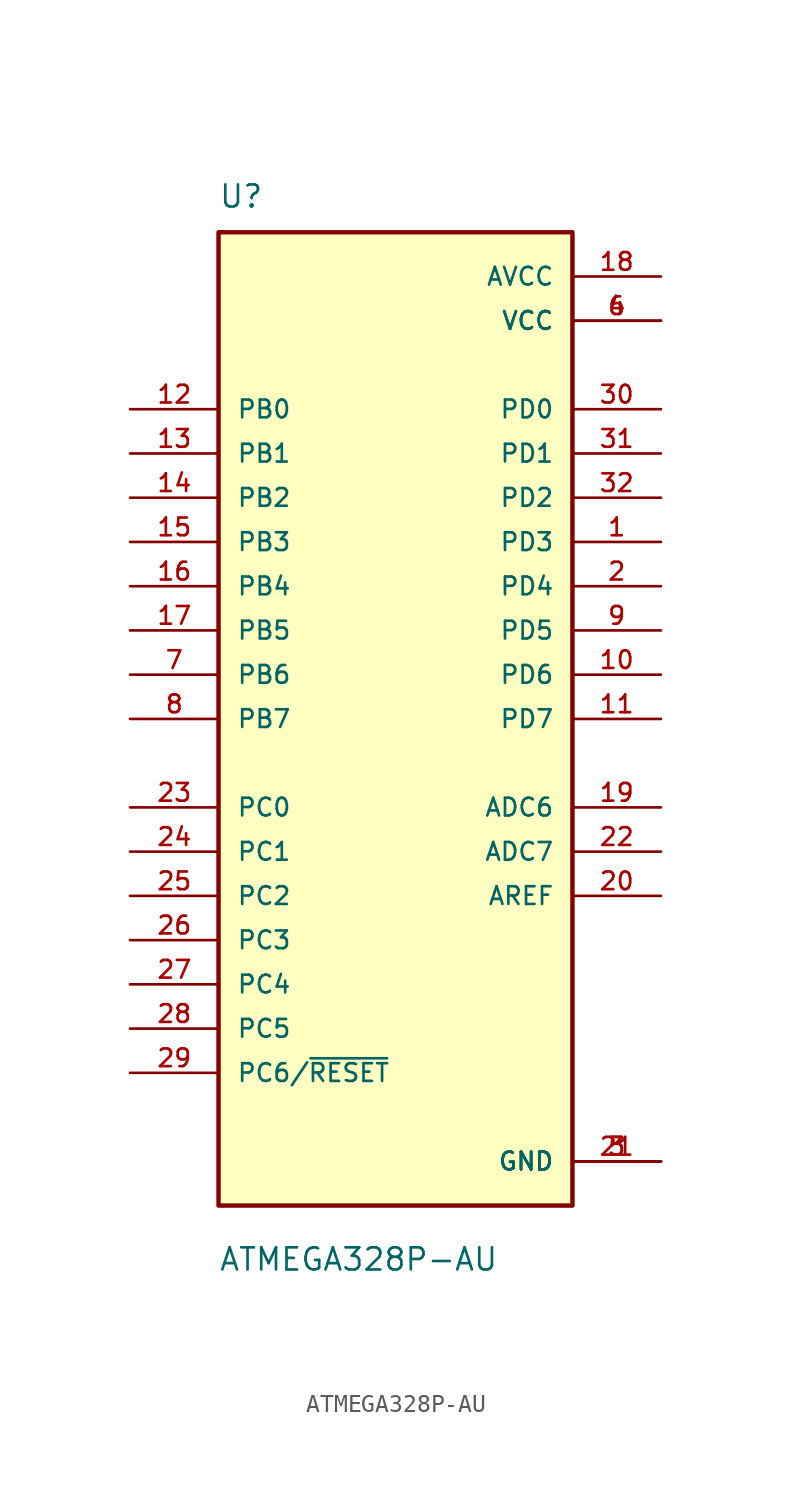
<source format=kicad_sym>
(kicad_symbol_lib
  (version 20231120)
  (generator "kicad_symbol_editor")
  (generator_version "8.0")
  (symbol "ATMEGA328P-AU"
    (pin_names
      (offset 1.016))
    (property "Reference" "U"
      (at -10.175 29.255 0)
      (effects (font (size 1.27 1.27)) (justify left bottom)))
    (property "Value" "ATMEGA328P-AU"
      (at -10.167 -31.771 0)
      (effects (font (size 1.27 1.27)) (justify left bottom)))
    (symbol "ATMEGA328P-AU_0_0"
      (rectangle (start -10.16 -27.94) (end 10.16 27.94) (stroke (width 0.254) (type default)) (fill (type background)))
      (pin bidirectional line (at 15.24 10.16 180) (length 5.08) (name "PD3" (effects (font (size 1.016 1.016)))) (number "1" (effects (font (size 1.016 1.016)))))
      (pin bidirectional line (at 15.24 2.54 180) (length 5.08) (name "PD6" (effects (font (size 1.016 1.016)))) (number "10" (effects (font (size 1.016 1.016)))))
      (pin bidirectional line (at 15.24 0 180) (length 5.08) (name "PD7" (effects (font (size 1.016 1.016)))) (number "11" (effects (font (size 1.016 1.016)))))
      (pin bidirectional line (at -15.24 17.78 0) (length 5.08) (name "PB0" (effects (font (size 1.016 1.016)))) (number "12" (effects (font (size 1.016 1.016)))))
      (pin bidirectional line (at -15.24 15.24 0) (length 5.08) (name "PB1" (effects (font (size 1.016 1.016)))) (number "13" (effects (font (size 1.016 1.016)))))
      (pin bidirectional line (at -15.24 12.7 0) (length 5.08) (name "PB2" (effects (font (size 1.016 1.016)))) (number "14" (effects (font (size 1.016 1.016)))))
      (pin bidirectional line (at -15.24 10.16 0) (length 5.08) (name "PB3" (effects (font (size 1.016 1.016)))) (number "15" (effects (font (size 1.016 1.016)))))
      (pin bidirectional line (at -15.24 7.62 0) (length 5.08) (name "PB4" (effects (font (size 1.016 1.016)))) (number "16" (effects (font (size 1.016 1.016)))))
      (pin bidirectional line (at -15.24 5.08 0) (length 5.08) (name "PB5" (effects (font (size 1.016 1.016)))) (number "17" (effects (font (size 1.016 1.016)))))
      (pin power_in line (at 15.24 25.4 180) (length 5.08) (name "AVCC" (effects (font (size 1.016 1.016)))) (number "18" (effects (font (size 1.016 1.016)))))
      (pin bidirectional line (at 15.24 -5.08 180) (length 5.08) (name "ADC6" (effects (font (size 1.016 1.016)))) (number "19" (effects (font (size 1.016 1.016)))))
      (pin bidirectional line (at 15.24 7.62 180) (length 5.08) (name "PD4" (effects (font (size 1.016 1.016)))) (number "2" (effects (font (size 1.016 1.016)))))
      (pin input line (at 15.24 -10.16 180) (length 5.08) (name "AREF" (effects (font (size 1.016 1.016)))) (number "20" (effects (font (size 1.016 1.016)))))
      (pin power_in line (at 15.24 -25.4 180) (length 5.08) (name "GND" (effects (font (size 1.016 1.016)))) (number "21" (effects (font (size 1.016 1.016)))))
      (pin bidirectional line (at 15.24 -7.62 180) (length 5.08) (name "ADC7" (effects (font (size 1.016 1.016)))) (number "22" (effects (font (size 1.016 1.016)))))
      (pin bidirectional line (at -15.24 -5.08 0) (length 5.08) (name "PC0" (effects (font (size 1.016 1.016)))) (number "23" (effects (font (size 1.016 1.016)))))
      (pin bidirectional line (at -15.24 -7.62 0) (length 5.08) (name "PC1" (effects (font (size 1.016 1.016)))) (number "24" (effects (font (size 1.016 1.016)))))
      (pin bidirectional line (at -15.24 -10.16 0) (length 5.08) (name "PC2" (effects (font (size 1.016 1.016)))) (number "25" (effects (font (size 1.016 1.016)))))
      (pin bidirectional line (at -15.24 -12.7 0) (length 5.08) (name "PC3" (effects (font (size 1.016 1.016)))) (number "26" (effects (font (size 1.016 1.016)))))
      (pin bidirectional line (at -15.24 -15.24 0) (length 5.08) (name "PC4" (effects (font (size 1.016 1.016)))) (number "27" (effects (font (size 1.016 1.016)))))
      (pin bidirectional line (at -15.24 -17.78 0) (length 5.08) (name "PC5" (effects (font (size 1.016 1.016)))) (number "28" (effects (font (size 1.016 1.016)))))
      (pin bidirectional line (at -15.24 -20.32 0) (length 5.08) (name "PC6/~{RESET}" (effects (font (size 1.016 1.016)))) (number "29" (effects (font (size 1.016 1.016)))))
      (pin power_in line (at 15.24 -25.4 180) (length 5.08) (name "GND" (effects (font (size 1.016 1.016)))) (number "3" (effects (font (size 1.016 1.016)))))
      (pin bidirectional line (at 15.24 17.78 180) (length 5.08) (name "PD0" (effects (font (size 1.016 1.016)))) (number "30" (effects (font (size 1.016 1.016)))))
      (pin bidirectional line (at 15.24 15.24 180) (length 5.08) (name "PD1" (effects (font (size 1.016 1.016)))) (number "31" (effects (font (size 1.016 1.016)))))
      (pin bidirectional line (at 15.24 12.7 180) (length 5.08) (name "PD2" (effects (font (size 1.016 1.016)))) (number "32" (effects (font (size 1.016 1.016)))))
      (pin power_in line (at 15.24 22.86 180) (length 5.08) (name "VCC" (effects (font (size 1.016 1.016)))) (number "4" (effects (font (size 1.016 1.016)))))
      (pin power_in line (at 15.24 -25.4 180) (length 5.08) (name "GND" (effects (font (size 1.016 1.016)))) (number "5" (effects (font (size 1.016 1.016)))))
      (pin power_in line (at 15.24 22.86 180) (length 5.08) (name "VCC" (effects (font (size 1.016 1.016)))) (number "6" (effects (font (size 1.016 1.016)))))
      (pin bidirectional line (at -15.24 2.54 0) (length 5.08) (name "PB6" (effects (font (size 1.016 1.016)))) (number "7" (effects (font (size 1.016 1.016)))))
      (pin bidirectional line (at -15.24 0 0) (length 5.08) (name "PB7" (effects (font (size 1.016 1.016)))) (number "8" (effects (font (size 1.016 1.016)))))
      (pin bidirectional line (at 15.24 5.08 180) (length 5.08) (name "PD5" (effects (font (size 1.016 1.016)))) (number "9" (effects (font (size 1.016 1.016))))))))
</source>
